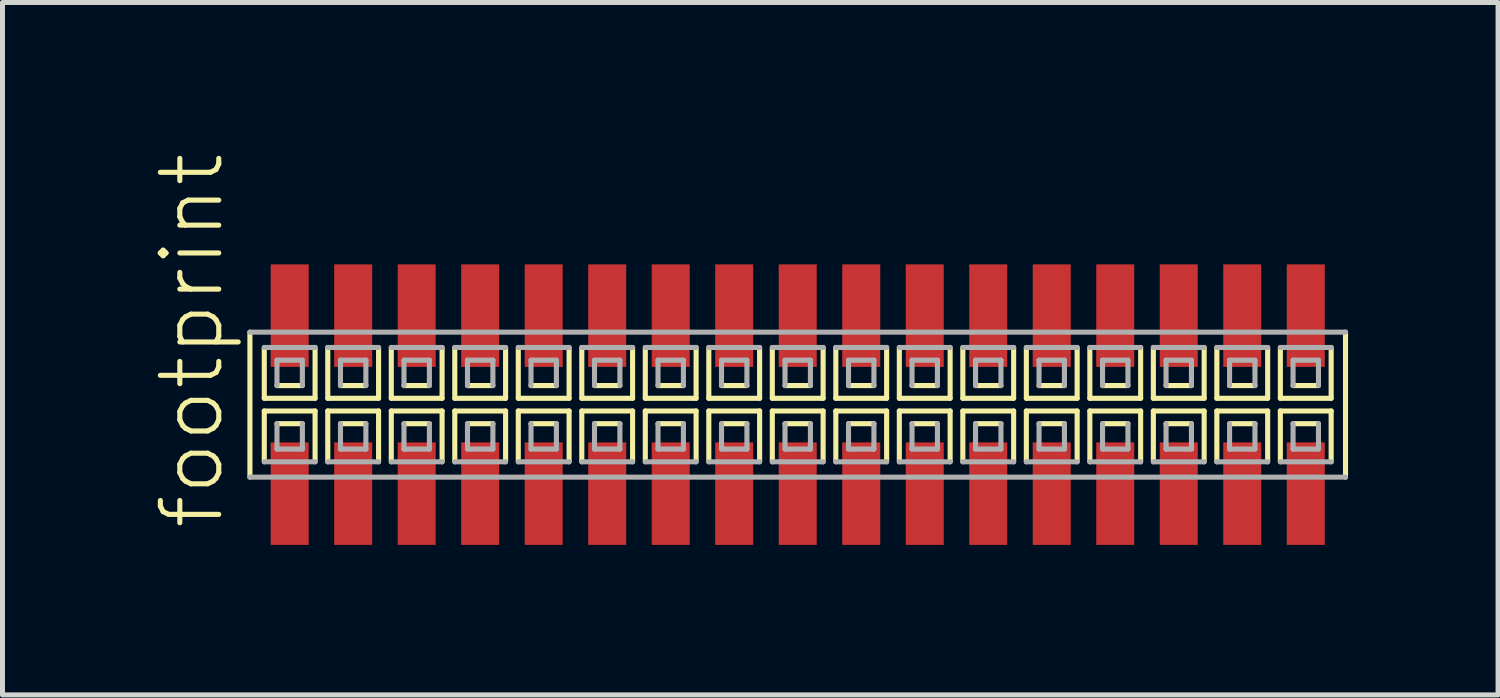
<source format=kicad_pcb>
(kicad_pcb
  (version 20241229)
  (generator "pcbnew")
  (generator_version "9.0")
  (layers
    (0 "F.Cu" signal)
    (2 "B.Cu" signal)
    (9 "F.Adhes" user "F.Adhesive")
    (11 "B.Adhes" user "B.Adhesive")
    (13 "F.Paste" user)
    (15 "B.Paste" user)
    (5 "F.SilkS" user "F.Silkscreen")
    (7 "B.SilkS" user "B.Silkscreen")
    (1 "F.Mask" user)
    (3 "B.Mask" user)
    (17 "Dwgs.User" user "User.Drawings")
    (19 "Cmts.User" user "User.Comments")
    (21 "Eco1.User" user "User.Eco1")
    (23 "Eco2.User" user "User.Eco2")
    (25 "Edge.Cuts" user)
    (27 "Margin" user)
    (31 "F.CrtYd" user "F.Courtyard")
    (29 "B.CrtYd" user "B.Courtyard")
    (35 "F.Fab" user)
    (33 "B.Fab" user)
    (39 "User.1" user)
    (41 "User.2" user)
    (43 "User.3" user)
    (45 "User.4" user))
  (footprint "footprint"
    (layer "F.Cu")
    (at 12.903 5.042)
    (property "Reference" "footprint" (at -11.43 2.54 90) (layer "F.SilkS") (effects (font (size 1.168 1.168) (thickness 0.102)) (justify left bottom)))
    (fp_line (start -10.955 -1.45) (end -10.955 1.45) (stroke (width 0.102) (type solid)) (layer "F.SilkS"))
    (fp_line (start -10.668 -1.143) (end -10.668 -0.127) (stroke (width 0.102) (type solid)) (layer "F.SilkS"))
    (fp_line (start -10.668 -0.127) (end -9.652 -0.127) (stroke (width 0.102) (type solid)) (layer "F.SilkS"))
    (fp_line (start -10.668 0.127) (end -10.668 1.143) (stroke (width 0.102) (type solid)) (layer "F.SilkS"))
    (fp_line (start -10.414 -0.381) (end -9.906 -0.381) (stroke (width 0.102) (type solid)) (layer "F.SilkS"))
    (fp_line (start -9.906 0.381) (end -10.414 0.381) (stroke (width 0.102) (type solid)) (layer "F.SilkS"))
    (fp_line (start -9.652 -0.127) (end -9.652 -1.143) (stroke (width 0.102) (type solid)) (layer "F.SilkS"))
    (fp_line (start -9.652 0.127) (end -10.668 0.127) (stroke (width 0.102) (type solid)) (layer "F.SilkS"))
    (fp_line (start -9.652 1.143) (end -9.652 0.127) (stroke (width 0.102) (type solid)) (layer "F.SilkS"))
    (fp_line (start -9.398 -1.143) (end -9.398 -0.127) (stroke (width 0.102) (type solid)) (layer "F.SilkS"))
    (fp_line (start -9.398 -0.127) (end -8.382 -0.127) (stroke (width 0.102) (type solid)) (layer "F.SilkS"))
    (fp_line (start -9.398 0.127) (end -9.398 1.143) (stroke (width 0.102) (type solid)) (layer "F.SilkS"))
    (fp_line (start -9.144 -0.381) (end -8.636 -0.381) (stroke (width 0.102) (type solid)) (layer "F.SilkS"))
    (fp_line (start -8.636 0.381) (end -9.144 0.381) (stroke (width 0.102) (type solid)) (layer "F.SilkS"))
    (fp_line (start -8.382 -0.127) (end -8.382 -1.143) (stroke (width 0.102) (type solid)) (layer "F.SilkS"))
    (fp_line (start -8.382 0.127) (end -9.398 0.127) (stroke (width 0.102) (type solid)) (layer "F.SilkS"))
    (fp_line (start -8.382 1.143) (end -8.382 0.127) (stroke (width 0.102) (type solid)) (layer "F.SilkS"))
    (fp_line (start -8.128 -1.143) (end -8.128 -0.127) (stroke (width 0.102) (type solid)) (layer "F.SilkS"))
    (fp_line (start -8.128 -0.127) (end -7.112 -0.127) (stroke (width 0.102) (type solid)) (layer "F.SilkS"))
    (fp_line (start -8.128 0.127) (end -8.128 1.143) (stroke (width 0.102) (type solid)) (layer "F.SilkS"))
    (fp_line (start -7.874 -0.381) (end -7.366 -0.381) (stroke (width 0.102) (type solid)) (layer "F.SilkS"))
    (fp_line (start -7.366 0.381) (end -7.874 0.381) (stroke (width 0.102) (type solid)) (layer "F.SilkS"))
    (fp_line (start -7.112 -0.127) (end -7.112 -1.143) (stroke (width 0.102) (type solid)) (layer "F.SilkS"))
    (fp_line (start -7.112 0.127) (end -8.128 0.127) (stroke (width 0.102) (type solid)) (layer "F.SilkS"))
    (fp_line (start -7.112 1.143) (end -7.112 0.127) (stroke (width 0.102) (type solid)) (layer "F.SilkS"))
    (fp_line (start -6.858 -1.143) (end -6.858 -0.127) (stroke (width 0.102) (type solid)) (layer "F.SilkS"))
    (fp_line (start -6.858 -0.127) (end -5.842 -0.127) (stroke (width 0.102) (type solid)) (layer "F.SilkS"))
    (fp_line (start -6.858 0.127) (end -6.858 1.143) (stroke (width 0.102) (type solid)) (layer "F.SilkS"))
    (fp_line (start -6.604 -0.381) (end -6.096 -0.381) (stroke (width 0.102) (type solid)) (layer "F.SilkS"))
    (fp_line (start -6.096 0.381) (end -6.604 0.381) (stroke (width 0.102) (type solid)) (layer "F.SilkS"))
    (fp_line (start -5.842 -0.127) (end -5.842 -1.143) (stroke (width 0.102) (type solid)) (layer "F.SilkS"))
    (fp_line (start -5.842 0.127) (end -6.858 0.127) (stroke (width 0.102) (type solid)) (layer "F.SilkS"))
    (fp_line (start -5.842 1.143) (end -5.842 0.127) (stroke (width 0.102) (type solid)) (layer "F.SilkS"))
    (fp_line (start -5.588 -1.143) (end -5.588 -0.127) (stroke (width 0.102) (type solid)) (layer "F.SilkS"))
    (fp_line (start -5.588 -0.127) (end -4.572 -0.127) (stroke (width 0.102) (type solid)) (layer "F.SilkS"))
    (fp_line (start -5.588 0.127) (end -5.588 1.143) (stroke (width 0.102) (type solid)) (layer "F.SilkS"))
    (fp_line (start -5.334 -0.381) (end -4.826 -0.381) (stroke (width 0.102) (type solid)) (layer "F.SilkS"))
    (fp_line (start -4.826 0.381) (end -5.334 0.381) (stroke (width 0.102) (type solid)) (layer "F.SilkS"))
    (fp_line (start -4.572 -0.127) (end -4.572 -1.143) (stroke (width 0.102) (type solid)) (layer "F.SilkS"))
    (fp_line (start -4.572 0.127) (end -5.588 0.127) (stroke (width 0.102) (type solid)) (layer "F.SilkS"))
    (fp_line (start -4.572 1.143) (end -4.572 0.127) (stroke (width 0.102) (type solid)) (layer "F.SilkS"))
    (fp_line (start -4.318 -1.143) (end -4.318 -0.127) (stroke (width 0.102) (type solid)) (layer "F.SilkS"))
    (fp_line (start -4.318 -0.127) (end -3.302 -0.127) (stroke (width 0.102) (type solid)) (layer "F.SilkS"))
    (fp_line (start -4.318 0.127) (end -4.318 1.143) (stroke (width 0.102) (type solid)) (layer "F.SilkS"))
    (fp_line (start -4.064 -0.381) (end -3.556 -0.381) (stroke (width 0.102) (type solid)) (layer "F.SilkS"))
    (fp_line (start -3.556 0.381) (end -4.064 0.381) (stroke (width 0.102) (type solid)) (layer "F.SilkS"))
    (fp_line (start -3.302 -0.127) (end -3.302 -1.143) (stroke (width 0.102) (type solid)) (layer "F.SilkS"))
    (fp_line (start -3.302 0.127) (end -4.318 0.127) (stroke (width 0.102) (type solid)) (layer "F.SilkS"))
    (fp_line (start -3.302 1.143) (end -3.302 0.127) (stroke (width 0.102) (type solid)) (layer "F.SilkS"))
    (fp_line (start -3.048 -1.143) (end -3.048 -0.127) (stroke (width 0.102) (type solid)) (layer "F.SilkS"))
    (fp_line (start -3.048 -0.127) (end -2.032 -0.127) (stroke (width 0.102) (type solid)) (layer "F.SilkS"))
    (fp_line (start -3.048 0.127) (end -3.048 1.143) (stroke (width 0.102) (type solid)) (layer "F.SilkS"))
    (fp_line (start -2.794 -0.381) (end -2.286 -0.381) (stroke (width 0.102) (type solid)) (layer "F.SilkS"))
    (fp_line (start -2.286 0.381) (end -2.794 0.381) (stroke (width 0.102) (type solid)) (layer "F.SilkS"))
    (fp_line (start -2.032 -0.127) (end -2.032 -1.143) (stroke (width 0.102) (type solid)) (layer "F.SilkS"))
    (fp_line (start -2.032 0.127) (end -3.048 0.127) (stroke (width 0.102) (type solid)) (layer "F.SilkS"))
    (fp_line (start -2.032 1.143) (end -2.032 0.127) (stroke (width 0.102) (type solid)) (layer "F.SilkS"))
    (fp_line (start -1.778 -1.143) (end -1.778 -0.127) (stroke (width 0.102) (type solid)) (layer "F.SilkS"))
    (fp_line (start -1.778 -0.127) (end -0.762 -0.127) (stroke (width 0.102) (type solid)) (layer "F.SilkS"))
    (fp_line (start -1.778 0.127) (end -1.778 1.143) (stroke (width 0.102) (type solid)) (layer "F.SilkS"))
    (fp_line (start -1.524 -0.381) (end -1.016 -0.381) (stroke (width 0.102) (type solid)) (layer "F.SilkS"))
    (fp_line (start -1.016 0.381) (end -1.524 0.381) (stroke (width 0.102) (type solid)) (layer "F.SilkS"))
    (fp_line (start -0.762 -0.127) (end -0.762 -1.143) (stroke (width 0.102) (type solid)) (layer "F.SilkS"))
    (fp_line (start -0.762 0.127) (end -1.778 0.127) (stroke (width 0.102) (type solid)) (layer "F.SilkS"))
    (fp_line (start -0.762 1.143) (end -0.762 0.127) (stroke (width 0.102) (type solid)) (layer "F.SilkS"))
    (fp_line (start -0.508 -1.143) (end -0.508 -0.127) (stroke (width 0.102) (type solid)) (layer "F.SilkS"))
    (fp_line (start -0.508 -0.127) (end 0.508 -0.127) (stroke (width 0.102) (type solid)) (layer "F.SilkS"))
    (fp_line (start -0.508 0.127) (end -0.508 1.143) (stroke (width 0.102) (type solid)) (layer "F.SilkS"))
    (fp_line (start -0.254 -0.381) (end 0.254 -0.381) (stroke (width 0.102) (type solid)) (layer "F.SilkS"))
    (fp_line (start 0.254 0.381) (end -0.254 0.381) (stroke (width 0.102) (type solid)) (layer "F.SilkS"))
    (fp_line (start 0.508 -0.127) (end 0.508 -1.143) (stroke (width 0.102) (type solid)) (layer "F.SilkS"))
    (fp_line (start 0.508 0.127) (end -0.508 0.127) (stroke (width 0.102) (type solid)) (layer "F.SilkS"))
    (fp_line (start 0.508 1.143) (end 0.508 0.127) (stroke (width 0.102) (type solid)) (layer "F.SilkS"))
    (fp_line (start 0.762 -1.143) (end 0.762 -0.127) (stroke (width 0.102) (type solid)) (layer "F.SilkS"))
    (fp_line (start 0.762 -0.127) (end 1.778 -0.127) (stroke (width 0.102) (type solid)) (layer "F.SilkS"))
    (fp_line (start 0.762 0.127) (end 0.762 1.143) (stroke (width 0.102) (type solid)) (layer "F.SilkS"))
    (fp_line (start 1.016 -0.381) (end 1.524 -0.381) (stroke (width 0.102) (type solid)) (layer "F.SilkS"))
    (fp_line (start 1.524 0.381) (end 1.016 0.381) (stroke (width 0.102) (type solid)) (layer "F.SilkS"))
    (fp_line (start 1.778 -0.127) (end 1.778 -1.143) (stroke (width 0.102) (type solid)) (layer "F.SilkS"))
    (fp_line (start 1.778 0.127) (end 0.762 0.127) (stroke (width 0.102) (type solid)) (layer "F.SilkS"))
    (fp_line (start 1.778 1.143) (end 1.778 0.127) (stroke (width 0.102) (type solid)) (layer "F.SilkS"))
    (fp_line (start 2.032 -1.143) (end 2.032 -0.127) (stroke (width 0.102) (type solid)) (layer "F.SilkS"))
    (fp_line (start 2.032 -0.127) (end 3.048 -0.127) (stroke (width 0.102) (type solid)) (layer "F.SilkS"))
    (fp_line (start 2.032 0.127) (end 2.032 1.143) (stroke (width 0.102) (type solid)) (layer "F.SilkS"))
    (fp_line (start 2.286 -0.381) (end 2.794 -0.381) (stroke (width 0.102) (type solid)) (layer "F.SilkS"))
    (fp_line (start 2.794 0.381) (end 2.286 0.381) (stroke (width 0.102) (type solid)) (layer "F.SilkS"))
    (fp_line (start 3.048 -0.127) (end 3.048 -1.143) (stroke (width 0.102) (type solid)) (layer "F.SilkS"))
    (fp_line (start 3.048 0.127) (end 2.032 0.127) (stroke (width 0.102) (type solid)) (layer "F.SilkS"))
    (fp_line (start 3.048 1.143) (end 3.048 0.127) (stroke (width 0.102) (type solid)) (layer "F.SilkS"))
    (fp_line (start 3.302 -1.143) (end 3.302 -0.127) (stroke (width 0.102) (type solid)) (layer "F.SilkS"))
    (fp_line (start 3.302 -0.127) (end 4.318 -0.127) (stroke (width 0.102) (type solid)) (layer "F.SilkS"))
    (fp_line (start 3.302 0.127) (end 3.302 1.143) (stroke (width 0.102) (type solid)) (layer "F.SilkS"))
    (fp_line (start 3.556 -0.381) (end 4.064 -0.381) (stroke (width 0.102) (type solid)) (layer "F.SilkS"))
    (fp_line (start 4.064 0.381) (end 3.556 0.381) (stroke (width 0.102) (type solid)) (layer "F.SilkS"))
    (fp_line (start 4.318 -0.127) (end 4.318 -1.143) (stroke (width 0.102) (type solid)) (layer "F.SilkS"))
    (fp_line (start 4.318 0.127) (end 3.302 0.127) (stroke (width 0.102) (type solid)) (layer "F.SilkS"))
    (fp_line (start 4.318 1.143) (end 4.318 0.127) (stroke (width 0.102) (type solid)) (layer "F.SilkS"))
    (fp_line (start 4.572 -1.143) (end 4.572 -0.127) (stroke (width 0.102) (type solid)) (layer "F.SilkS"))
    (fp_line (start 4.572 -0.127) (end 5.588 -0.127) (stroke (width 0.102) (type solid)) (layer "F.SilkS"))
    (fp_line (start 4.572 0.127) (end 4.572 1.143) (stroke (width 0.102) (type solid)) (layer "F.SilkS"))
    (fp_line (start 4.826 -0.381) (end 5.334 -0.381) (stroke (width 0.102) (type solid)) (layer "F.SilkS"))
    (fp_line (start 5.334 0.381) (end 4.826 0.381) (stroke (width 0.102) (type solid)) (layer "F.SilkS"))
    (fp_line (start 5.588 -0.127) (end 5.588 -1.143) (stroke (width 0.102) (type solid)) (layer "F.SilkS"))
    (fp_line (start 5.588 0.127) (end 4.572 0.127) (stroke (width 0.102) (type solid)) (layer "F.SilkS"))
    (fp_line (start 5.588 1.143) (end 5.588 0.127) (stroke (width 0.102) (type solid)) (layer "F.SilkS"))
    (fp_line (start 5.842 -1.143) (end 5.842 -0.127) (stroke (width 0.102) (type solid)) (layer "F.SilkS"))
    (fp_line (start 5.842 -0.127) (end 6.858 -0.127) (stroke (width 0.102) (type solid)) (layer "F.SilkS"))
    (fp_line (start 5.842 0.127) (end 5.842 1.143) (stroke (width 0.102) (type solid)) (layer "F.SilkS"))
    (fp_line (start 6.096 -0.381) (end 6.604 -0.381) (stroke (width 0.102) (type solid)) (layer "F.SilkS"))
    (fp_line (start 6.604 0.381) (end 6.096 0.381) (stroke (width 0.102) (type solid)) (layer "F.SilkS"))
    (fp_line (start 6.858 -0.127) (end 6.858 -1.143) (stroke (width 0.102) (type solid)) (layer "F.SilkS"))
    (fp_line (start 6.858 0.127) (end 5.842 0.127) (stroke (width 0.102) (type solid)) (layer "F.SilkS"))
    (fp_line (start 6.858 1.143) (end 6.858 0.127) (stroke (width 0.102) (type solid)) (layer "F.SilkS"))
    (fp_line (start 7.112 -1.143) (end 7.112 -0.127) (stroke (width 0.102) (type solid)) (layer "F.SilkS"))
    (fp_line (start 7.112 -0.127) (end 8.128 -0.127) (stroke (width 0.102) (type solid)) (layer "F.SilkS"))
    (fp_line (start 7.112 0.127) (end 7.112 1.143) (stroke (width 0.102) (type solid)) (layer "F.SilkS"))
    (fp_line (start 7.366 -0.381) (end 7.874 -0.381) (stroke (width 0.102) (type solid)) (layer "F.SilkS"))
    (fp_line (start 7.874 0.381) (end 7.366 0.381) (stroke (width 0.102) (type solid)) (layer "F.SilkS"))
    (fp_line (start 8.128 -0.127) (end 8.128 -1.143) (stroke (width 0.102) (type solid)) (layer "F.SilkS"))
    (fp_line (start 8.128 0.127) (end 7.112 0.127) (stroke (width 0.102) (type solid)) (layer "F.SilkS"))
    (fp_line (start 8.128 1.143) (end 8.128 0.127) (stroke (width 0.102) (type solid)) (layer "F.SilkS"))
    (fp_line (start 8.382 -1.143) (end 8.382 -0.127) (stroke (width 0.102) (type solid)) (layer "F.SilkS"))
    (fp_line (start 8.382 -0.127) (end 9.398 -0.127) (stroke (width 0.102) (type solid)) (layer "F.SilkS"))
    (fp_line (start 8.382 0.127) (end 8.382 1.143) (stroke (width 0.102) (type solid)) (layer "F.SilkS"))
    (fp_line (start 8.636 -0.381) (end 9.144 -0.381) (stroke (width 0.102) (type solid)) (layer "F.SilkS"))
    (fp_line (start 9.144 0.381) (end 8.636 0.381) (stroke (width 0.102) (type solid)) (layer "F.SilkS"))
    (fp_line (start 9.398 -0.127) (end 9.398 -1.143) (stroke (width 0.102) (type solid)) (layer "F.SilkS"))
    (fp_line (start 9.398 0.127) (end 8.382 0.127) (stroke (width 0.102) (type solid)) (layer "F.SilkS"))
    (fp_line (start 9.398 1.143) (end 9.398 0.127) (stroke (width 0.102) (type solid)) (layer "F.SilkS"))
    (fp_line (start 9.652 -1.143) (end 9.652 -0.127) (stroke (width 0.102) (type solid)) (layer "F.SilkS"))
    (fp_line (start 9.652 -0.127) (end 10.668 -0.127) (stroke (width 0.102) (type solid)) (layer "F.SilkS"))
    (fp_line (start 9.652 0.127) (end 9.652 1.143) (stroke (width 0.102) (type solid)) (layer "F.SilkS"))
    (fp_line (start 9.906 -0.381) (end 10.414 -0.381) (stroke (width 0.102) (type solid)) (layer "F.SilkS"))
    (fp_line (start 10.414 0.381) (end 9.906 0.381) (stroke (width 0.102) (type solid)) (layer "F.SilkS"))
    (fp_line (start 10.668 -0.127) (end 10.668 -1.143) (stroke (width 0.102) (type solid)) (layer "F.SilkS"))
    (fp_line (start 10.668 0.127) (end 9.652 0.127) (stroke (width 0.102) (type solid)) (layer "F.SilkS"))
    (fp_line (start 10.668 1.143) (end 10.668 0.127) (stroke (width 0.102) (type solid)) (layer "F.SilkS"))
    (fp_line (start 10.955 1.45) (end 10.955 -1.45) (stroke (width 0.102) (type solid)) (layer "F.SilkS"))
    (fp_line (start -10.955 1.45) (end 10.955 1.45) (stroke (width 0.102) (type solid)) (layer "F.Fab"))
    (fp_line (start -10.668 1.143) (end -9.652 1.143) (stroke (width 0.102) (type solid)) (layer "F.Fab"))
    (fp_line (start -10.414 -0.889) (end -10.414 -0.381) (stroke (width 0.102) (type solid)) (layer "F.Fab"))
    (fp_line (start -10.414 0.381) (end -10.414 0.889) (stroke (width 0.102) (type solid)) (layer "F.Fab"))
    (fp_line (start -10.414 0.889) (end -9.906 0.889) (stroke (width 0.102) (type solid)) (layer "F.Fab"))
    (fp_line (start -9.906 -0.889) (end -10.414 -0.889) (stroke (width 0.102) (type solid)) (layer "F.Fab"))
    (fp_line (start -9.906 -0.381) (end -9.906 -0.889) (stroke (width 0.102) (type solid)) (layer "F.Fab"))
    (fp_line (start -9.906 0.889) (end -9.906 0.381) (stroke (width 0.102) (type solid)) (layer "F.Fab"))
    (fp_line (start -9.652 -1.143) (end -10.668 -1.143) (stroke (width 0.102) (type solid)) (layer "F.Fab"))
    (fp_line (start -9.398 1.143) (end -8.382 1.143) (stroke (width 0.102) (type solid)) (layer "F.Fab"))
    (fp_line (start -9.144 -0.889) (end -9.144 -0.381) (stroke (width 0.102) (type solid)) (layer "F.Fab"))
    (fp_line (start -9.144 0.381) (end -9.144 0.889) (stroke (width 0.102) (type solid)) (layer "F.Fab"))
    (fp_line (start -9.144 0.889) (end -8.636 0.889) (stroke (width 0.102) (type solid)) (layer "F.Fab"))
    (fp_line (start -8.636 -0.889) (end -9.144 -0.889) (stroke (width 0.102) (type solid)) (layer "F.Fab"))
    (fp_line (start -8.636 -0.381) (end -8.636 -0.889) (stroke (width 0.102) (type solid)) (layer "F.Fab"))
    (fp_line (start -8.636 0.889) (end -8.636 0.381) (stroke (width 0.102) (type solid)) (layer "F.Fab"))
    (fp_line (start -8.382 -1.143) (end -9.398 -1.143) (stroke (width 0.102) (type solid)) (layer "F.Fab"))
    (fp_line (start -8.128 1.143) (end -7.112 1.143) (stroke (width 0.102) (type solid)) (layer "F.Fab"))
    (fp_line (start -7.874 -0.889) (end -7.874 -0.381) (stroke (width 0.102) (type solid)) (layer "F.Fab"))
    (fp_line (start -7.874 0.381) (end -7.874 0.889) (stroke (width 0.102) (type solid)) (layer "F.Fab"))
    (fp_line (start -7.874 0.889) (end -7.366 0.889) (stroke (width 0.102) (type solid)) (layer "F.Fab"))
    (fp_line (start -7.366 -0.889) (end -7.874 -0.889) (stroke (width 0.102) (type solid)) (layer "F.Fab"))
    (fp_line (start -7.366 -0.381) (end -7.366 -0.889) (stroke (width 0.102) (type solid)) (layer "F.Fab"))
    (fp_line (start -7.366 0.889) (end -7.366 0.381) (stroke (width 0.102) (type solid)) (layer "F.Fab"))
    (fp_line (start -7.112 -1.143) (end -8.128 -1.143) (stroke (width 0.102) (type solid)) (layer "F.Fab"))
    (fp_line (start -6.858 1.143) (end -5.842 1.143) (stroke (width 0.102) (type solid)) (layer "F.Fab"))
    (fp_line (start -6.604 -0.889) (end -6.604 -0.381) (stroke (width 0.102) (type solid)) (layer "F.Fab"))
    (fp_line (start -6.604 0.381) (end -6.604 0.889) (stroke (width 0.102) (type solid)) (layer "F.Fab"))
    (fp_line (start -6.604 0.889) (end -6.096 0.889) (stroke (width 0.102) (type solid)) (layer "F.Fab"))
    (fp_line (start -6.096 -0.889) (end -6.604 -0.889) (stroke (width 0.102) (type solid)) (layer "F.Fab"))
    (fp_line (start -6.096 -0.381) (end -6.096 -0.889) (stroke (width 0.102) (type solid)) (layer "F.Fab"))
    (fp_line (start -6.096 0.889) (end -6.096 0.381) (stroke (width 0.102) (type solid)) (layer "F.Fab"))
    (fp_line (start -5.842 -1.143) (end -6.858 -1.143) (stroke (width 0.102) (type solid)) (layer "F.Fab"))
    (fp_line (start -5.588 1.143) (end -4.572 1.143) (stroke (width 0.102) (type solid)) (layer "F.Fab"))
    (fp_line (start -5.334 -0.889) (end -5.334 -0.381) (stroke (width 0.102) (type solid)) (layer "F.Fab"))
    (fp_line (start -5.334 0.381) (end -5.334 0.889) (stroke (width 0.102) (type solid)) (layer "F.Fab"))
    (fp_line (start -5.334 0.889) (end -4.826 0.889) (stroke (width 0.102) (type solid)) (layer "F.Fab"))
    (fp_line (start -4.826 -0.889) (end -5.334 -0.889) (stroke (width 0.102) (type solid)) (layer "F.Fab"))
    (fp_line (start -4.826 -0.381) (end -4.826 -0.889) (stroke (width 0.102) (type solid)) (layer "F.Fab"))
    (fp_line (start -4.826 0.889) (end -4.826 0.381) (stroke (width 0.102) (type solid)) (layer "F.Fab"))
    (fp_line (start -4.572 -1.143) (end -5.588 -1.143) (stroke (width 0.102) (type solid)) (layer "F.Fab"))
    (fp_line (start -4.318 1.143) (end -3.302 1.143) (stroke (width 0.102) (type solid)) (layer "F.Fab"))
    (fp_line (start -4.064 -0.889) (end -4.064 -0.381) (stroke (width 0.102) (type solid)) (layer "F.Fab"))
    (fp_line (start -4.064 0.381) (end -4.064 0.889) (stroke (width 0.102) (type solid)) (layer "F.Fab"))
    (fp_line (start -4.064 0.889) (end -3.556 0.889) (stroke (width 0.102) (type solid)) (layer "F.Fab"))
    (fp_line (start -3.556 -0.889) (end -4.064 -0.889) (stroke (width 0.102) (type solid)) (layer "F.Fab"))
    (fp_line (start -3.556 -0.381) (end -3.556 -0.889) (stroke (width 0.102) (type solid)) (layer "F.Fab"))
    (fp_line (start -3.556 0.889) (end -3.556 0.381) (stroke (width 0.102) (type solid)) (layer "F.Fab"))
    (fp_line (start -3.302 -1.143) (end -4.318 -1.143) (stroke (width 0.102) (type solid)) (layer "F.Fab"))
    (fp_line (start -3.048 1.143) (end -2.032 1.143) (stroke (width 0.102) (type solid)) (layer "F.Fab"))
    (fp_line (start -2.794 -0.889) (end -2.794 -0.381) (stroke (width 0.102) (type solid)) (layer "F.Fab"))
    (fp_line (start -2.794 0.381) (end -2.794 0.889) (stroke (width 0.102) (type solid)) (layer "F.Fab"))
    (fp_line (start -2.794 0.889) (end -2.286 0.889) (stroke (width 0.102) (type solid)) (layer "F.Fab"))
    (fp_line (start -2.286 -0.889) (end -2.794 -0.889) (stroke (width 0.102) (type solid)) (layer "F.Fab"))
    (fp_line (start -2.286 -0.381) (end -2.286 -0.889) (stroke (width 0.102) (type solid)) (layer "F.Fab"))
    (fp_line (start -2.286 0.889) (end -2.286 0.381) (stroke (width 0.102) (type solid)) (layer "F.Fab"))
    (fp_line (start -2.032 -1.143) (end -3.048 -1.143) (stroke (width 0.102) (type solid)) (layer "F.Fab"))
    (fp_line (start -1.778 1.143) (end -0.762 1.143) (stroke (width 0.102) (type solid)) (layer "F.Fab"))
    (fp_line (start -1.524 -0.889) (end -1.524 -0.381) (stroke (width 0.102) (type solid)) (layer "F.Fab"))
    (fp_line (start -1.524 0.381) (end -1.524 0.889) (stroke (width 0.102) (type solid)) (layer "F.Fab"))
    (fp_line (start -1.524 0.889) (end -1.016 0.889) (stroke (width 0.102) (type solid)) (layer "F.Fab"))
    (fp_line (start -1.016 -0.889) (end -1.524 -0.889) (stroke (width 0.102) (type solid)) (layer "F.Fab"))
    (fp_line (start -1.016 -0.381) (end -1.016 -0.889) (stroke (width 0.102) (type solid)) (layer "F.Fab"))
    (fp_line (start -1.016 0.889) (end -1.016 0.381) (stroke (width 0.102) (type solid)) (layer "F.Fab"))
    (fp_line (start -0.762 -1.143) (end -1.778 -1.143) (stroke (width 0.102) (type solid)) (layer "F.Fab"))
    (fp_line (start -0.508 1.143) (end 0.508 1.143) (stroke (width 0.102) (type solid)) (layer "F.Fab"))
    (fp_line (start -0.254 -0.889) (end -0.254 -0.381) (stroke (width 0.102) (type solid)) (layer "F.Fab"))
    (fp_line (start -0.254 0.381) (end -0.254 0.889) (stroke (width 0.102) (type solid)) (layer "F.Fab"))
    (fp_line (start -0.254 0.889) (end 0.254 0.889) (stroke (width 0.102) (type solid)) (layer "F.Fab"))
    (fp_line (start 0.254 -0.889) (end -0.254 -0.889) (stroke (width 0.102) (type solid)) (layer "F.Fab"))
    (fp_line (start 0.254 -0.381) (end 0.254 -0.889) (stroke (width 0.102) (type solid)) (layer "F.Fab"))
    (fp_line (start 0.254 0.889) (end 0.254 0.381) (stroke (width 0.102) (type solid)) (layer "F.Fab"))
    (fp_line (start 0.508 -1.143) (end -0.508 -1.143) (stroke (width 0.102) (type solid)) (layer "F.Fab"))
    (fp_line (start 0.762 1.143) (end 1.778 1.143) (stroke (width 0.102) (type solid)) (layer "F.Fab"))
    (fp_line (start 1.016 -0.889) (end 1.016 -0.381) (stroke (width 0.102) (type solid)) (layer "F.Fab"))
    (fp_line (start 1.016 0.381) (end 1.016 0.889) (stroke (width 0.102) (type solid)) (layer "F.Fab"))
    (fp_line (start 1.016 0.889) (end 1.524 0.889) (stroke (width 0.102) (type solid)) (layer "F.Fab"))
    (fp_line (start 1.524 -0.889) (end 1.016 -0.889) (stroke (width 0.102) (type solid)) (layer "F.Fab"))
    (fp_line (start 1.524 -0.381) (end 1.524 -0.889) (stroke (width 0.102) (type solid)) (layer "F.Fab"))
    (fp_line (start 1.524 0.889) (end 1.524 0.381) (stroke (width 0.102) (type solid)) (layer "F.Fab"))
    (fp_line (start 1.778 -1.143) (end 0.762 -1.143) (stroke (width 0.102) (type solid)) (layer "F.Fab"))
    (fp_line (start 2.032 1.143) (end 3.048 1.143) (stroke (width 0.102) (type solid)) (layer "F.Fab"))
    (fp_line (start 2.286 -0.889) (end 2.286 -0.381) (stroke (width 0.102) (type solid)) (layer "F.Fab"))
    (fp_line (start 2.286 0.381) (end 2.286 0.889) (stroke (width 0.102) (type solid)) (layer "F.Fab"))
    (fp_line (start 2.286 0.889) (end 2.794 0.889) (stroke (width 0.102) (type solid)) (layer "F.Fab"))
    (fp_line (start 2.794 -0.889) (end 2.286 -0.889) (stroke (width 0.102) (type solid)) (layer "F.Fab"))
    (fp_line (start 2.794 -0.381) (end 2.794 -0.889) (stroke (width 0.102) (type solid)) (layer "F.Fab"))
    (fp_line (start 2.794 0.889) (end 2.794 0.381) (stroke (width 0.102) (type solid)) (layer "F.Fab"))
    (fp_line (start 3.048 -1.143) (end 2.032 -1.143) (stroke (width 0.102) (type solid)) (layer "F.Fab"))
    (fp_line (start 3.302 1.143) (end 4.318 1.143) (stroke (width 0.102) (type solid)) (layer "F.Fab"))
    (fp_line (start 3.556 -0.889) (end 3.556 -0.381) (stroke (width 0.102) (type solid)) (layer "F.Fab"))
    (fp_line (start 3.556 0.381) (end 3.556 0.889) (stroke (width 0.102) (type solid)) (layer "F.Fab"))
    (fp_line (start 3.556 0.889) (end 4.064 0.889) (stroke (width 0.102) (type solid)) (layer "F.Fab"))
    (fp_line (start 4.064 -0.889) (end 3.556 -0.889) (stroke (width 0.102) (type solid)) (layer "F.Fab"))
    (fp_line (start 4.064 -0.381) (end 4.064 -0.889) (stroke (width 0.102) (type solid)) (layer "F.Fab"))
    (fp_line (start 4.064 0.889) (end 4.064 0.381) (stroke (width 0.102) (type solid)) (layer "F.Fab"))
    (fp_line (start 4.318 -1.143) (end 3.302 -1.143) (stroke (width 0.102) (type solid)) (layer "F.Fab"))
    (fp_line (start 4.572 1.143) (end 5.588 1.143) (stroke (width 0.102) (type solid)) (layer "F.Fab"))
    (fp_line (start 4.826 -0.889) (end 4.826 -0.381) (stroke (width 0.102) (type solid)) (layer "F.Fab"))
    (fp_line (start 4.826 0.381) (end 4.826 0.889) (stroke (width 0.102) (type solid)) (layer "F.Fab"))
    (fp_line (start 4.826 0.889) (end 5.334 0.889) (stroke (width 0.102) (type solid)) (layer "F.Fab"))
    (fp_line (start 5.334 -0.889) (end 4.826 -0.889) (stroke (width 0.102) (type solid)) (layer "F.Fab"))
    (fp_line (start 5.334 -0.381) (end 5.334 -0.889) (stroke (width 0.102) (type solid)) (layer "F.Fab"))
    (fp_line (start 5.334 0.889) (end 5.334 0.381) (stroke (width 0.102) (type solid)) (layer "F.Fab"))
    (fp_line (start 5.588 -1.143) (end 4.572 -1.143) (stroke (width 0.102) (type solid)) (layer "F.Fab"))
    (fp_line (start 5.842 1.143) (end 6.858 1.143) (stroke (width 0.102) (type solid)) (layer "F.Fab"))
    (fp_line (start 6.096 -0.889) (end 6.096 -0.381) (stroke (width 0.102) (type solid)) (layer "F.Fab"))
    (fp_line (start 6.096 0.381) (end 6.096 0.889) (stroke (width 0.102) (type solid)) (layer "F.Fab"))
    (fp_line (start 6.096 0.889) (end 6.604 0.889) (stroke (width 0.102) (type solid)) (layer "F.Fab"))
    (fp_line (start 6.604 -0.889) (end 6.096 -0.889) (stroke (width 0.102) (type solid)) (layer "F.Fab"))
    (fp_line (start 6.604 -0.381) (end 6.604 -0.889) (stroke (width 0.102) (type solid)) (layer "F.Fab"))
    (fp_line (start 6.604 0.889) (end 6.604 0.381) (stroke (width 0.102) (type solid)) (layer "F.Fab"))
    (fp_line (start 6.858 -1.143) (end 5.842 -1.143) (stroke (width 0.102) (type solid)) (layer "F.Fab"))
    (fp_line (start 7.112 1.143) (end 8.128 1.143) (stroke (width 0.102) (type solid)) (layer "F.Fab"))
    (fp_line (start 7.366 -0.889) (end 7.366 -0.381) (stroke (width 0.102) (type solid)) (layer "F.Fab"))
    (fp_line (start 7.366 0.381) (end 7.366 0.889) (stroke (width 0.102) (type solid)) (layer "F.Fab"))
    (fp_line (start 7.366 0.889) (end 7.874 0.889) (stroke (width 0.102) (type solid)) (layer "F.Fab"))
    (fp_line (start 7.874 -0.889) (end 7.366 -0.889) (stroke (width 0.102) (type solid)) (layer "F.Fab"))
    (fp_line (start 7.874 -0.381) (end 7.874 -0.889) (stroke (width 0.102) (type solid)) (layer "F.Fab"))
    (fp_line (start 7.874 0.889) (end 7.874 0.381) (stroke (width 0.102) (type solid)) (layer "F.Fab"))
    (fp_line (start 8.128 -1.143) (end 7.112 -1.143) (stroke (width 0.102) (type solid)) (layer "F.Fab"))
    (fp_line (start 8.382 1.143) (end 9.398 1.143) (stroke (width 0.102) (type solid)) (layer "F.Fab"))
    (fp_line (start 8.636 -0.889) (end 8.636 -0.381) (stroke (width 0.102) (type solid)) (layer "F.Fab"))
    (fp_line (start 8.636 0.381) (end 8.636 0.889) (stroke (width 0.102) (type solid)) (layer "F.Fab"))
    (fp_line (start 8.636 0.889) (end 9.144 0.889) (stroke (width 0.102) (type solid)) (layer "F.Fab"))
    (fp_line (start 9.144 -0.889) (end 8.636 -0.889) (stroke (width 0.102) (type solid)) (layer "F.Fab"))
    (fp_line (start 9.144 -0.381) (end 9.144 -0.889) (stroke (width 0.102) (type solid)) (layer "F.Fab"))
    (fp_line (start 9.144 0.889) (end 9.144 0.381) (stroke (width 0.102) (type solid)) (layer "F.Fab"))
    (fp_line (start 9.398 -1.143) (end 8.382 -1.143) (stroke (width 0.102) (type solid)) (layer "F.Fab"))
    (fp_line (start 9.652 1.143) (end 10.668 1.143) (stroke (width 0.102) (type solid)) (layer "F.Fab"))
    (fp_line (start 9.906 -0.889) (end 9.906 -0.381) (stroke (width 0.102) (type solid)) (layer "F.Fab"))
    (fp_line (start 9.906 0.381) (end 9.906 0.889) (stroke (width 0.102) (type solid)) (layer "F.Fab"))
    (fp_line (start 9.906 0.889) (end 10.414 0.889) (stroke (width 0.102) (type solid)) (layer "F.Fab"))
    (fp_line (start 10.414 -0.889) (end 9.906 -0.889) (stroke (width 0.102) (type solid)) (layer "F.Fab"))
    (fp_line (start 10.414 -0.381) (end 10.414 -0.889) (stroke (width 0.102) (type solid)) (layer "F.Fab"))
    (fp_line (start 10.414 0.889) (end 10.414 0.381) (stroke (width 0.102) (type solid)) (layer "F.Fab"))
    (fp_line (start 10.668 -1.143) (end 9.652 -1.143) (stroke (width 0.102) (type solid)) (layer "F.Fab"))
    (fp_line (start 10.955 -1.45) (end -10.955 -1.45) (stroke (width 0.102) (type solid)) (layer "F.Fab"))
    (pad "1" smd rect (at -10.16 1.78) (size 0.76 2.05) (layers "F.Cu" "F.Mask" "F.Paste"))
    (pad "2" smd rect (at -10.16 -1.78) (size 0.76 2.05) (layers "F.Cu" "F.Mask" "F.Paste"))
    (pad "3" smd rect (at -8.89 1.78) (size 0.76 2.05) (layers "F.Cu" "F.Mask" "F.Paste"))
    (pad "4" smd rect (at -8.89 -1.78) (size 0.76 2.05) (layers "F.Cu" "F.Mask" "F.Paste"))
    (pad "5" smd rect (at -7.62 1.78) (size 0.76 2.05) (layers "F.Cu" "F.Mask" "F.Paste"))
    (pad "6" smd rect (at -7.62 -1.78) (size 0.76 2.05) (layers "F.Cu" "F.Mask" "F.Paste"))
    (pad "7" smd rect (at -6.35 1.78) (size 0.76 2.05) (layers "F.Cu" "F.Mask" "F.Paste"))
    (pad "8" smd rect (at -6.35 -1.78) (size 0.76 2.05) (layers "F.Cu" "F.Mask" "F.Paste"))
    (pad "9" smd rect (at -5.08 1.78) (size 0.76 2.05) (layers "F.Cu" "F.Mask" "F.Paste"))
    (pad "10" smd rect (at -5.08 -1.78) (size 0.76 2.05) (layers "F.Cu" "F.Mask" "F.Paste"))
    (pad "11" smd rect (at -3.81 1.78) (size 0.76 2.05) (layers "F.Cu" "F.Mask" "F.Paste"))
    (pad "12" smd rect (at -3.81 -1.78) (size 0.76 2.05) (layers "F.Cu" "F.Mask" "F.Paste"))
    (pad "13" smd rect (at -2.54 1.78) (size 0.76 2.05) (layers "F.Cu" "F.Mask" "F.Paste"))
    (pad "14" smd rect (at -2.54 -1.78) (size 0.76 2.05) (layers "F.Cu" "F.Mask" "F.Paste"))
    (pad "15" smd rect (at -1.27 1.78) (size 0.76 2.05) (layers "F.Cu" "F.Mask" "F.Paste"))
    (pad "16" smd rect (at -1.27 -1.78) (size 0.76 2.05) (layers "F.Cu" "F.Mask" "F.Paste"))
    (pad "17" smd rect (at 0 1.78) (size 0.76 2.05) (layers "F.Cu" "F.Mask" "F.Paste"))
    (pad "18" smd rect (at 0 -1.78) (size 0.76 2.05) (layers "F.Cu" "F.Mask" "F.Paste"))
    (pad "19" smd rect (at 1.27 1.78) (size 0.76 2.05) (layers "F.Cu" "F.Mask" "F.Paste"))
    (pad "20" smd rect (at 1.27 -1.78) (size 0.76 2.05) (layers "F.Cu" "F.Mask" "F.Paste"))
    (pad "21" smd rect (at 2.54 1.78) (size 0.76 2.05) (layers "F.Cu" "F.Mask" "F.Paste"))
    (pad "22" smd rect (at 2.54 -1.78) (size 0.76 2.05) (layers "F.Cu" "F.Mask" "F.Paste"))
    (pad "23" smd rect (at 3.81 1.78) (size 0.76 2.05) (layers "F.Cu" "F.Mask" "F.Paste"))
    (pad "24" smd rect (at 3.81 -1.78) (size 0.76 2.05) (layers "F.Cu" "F.Mask" "F.Paste"))
    (pad "25" smd rect (at 5.08 1.78) (size 0.76 2.05) (layers "F.Cu" "F.Mask" "F.Paste"))
    (pad "26" smd rect (at 5.08 -1.78) (size 0.76 2.05) (layers "F.Cu" "F.Mask" "F.Paste"))
    (pad "27" smd rect (at 6.35 1.78) (size 0.76 2.05) (layers "F.Cu" "F.Mask" "F.Paste"))
    (pad "28" smd rect (at 6.35 -1.78) (size 0.76 2.05) (layers "F.Cu" "F.Mask" "F.Paste"))
    (pad "29" smd rect (at 7.62 1.78) (size 0.76 2.05) (layers "F.Cu" "F.Mask" "F.Paste"))
    (pad "30" smd rect (at 7.62 -1.78) (size 0.76 2.05) (layers "F.Cu" "F.Mask" "F.Paste"))
    (pad "31" smd rect (at 8.89 1.78) (size 0.76 2.05) (layers "F.Cu" "F.Mask" "F.Paste"))
    (pad "32" smd rect (at 8.89 -1.78) (size 0.76 2.05) (layers "F.Cu" "F.Mask" "F.Paste"))
    (pad "33" smd rect (at 10.16 1.78) (size 0.76 2.05) (layers "F.Cu" "F.Mask" "F.Paste"))
    (pad "34" smd rect (at 10.16 -1.78) (size 0.76 2.05) (layers "F.Cu" "F.Mask" "F.Paste")))
  (gr_rect
    (start -3 -3)
    (end 26.909 10.847)
    (stroke (width 0.1) (type default))
    (fill no)
    (layer "Edge.Cuts")))
</source>
